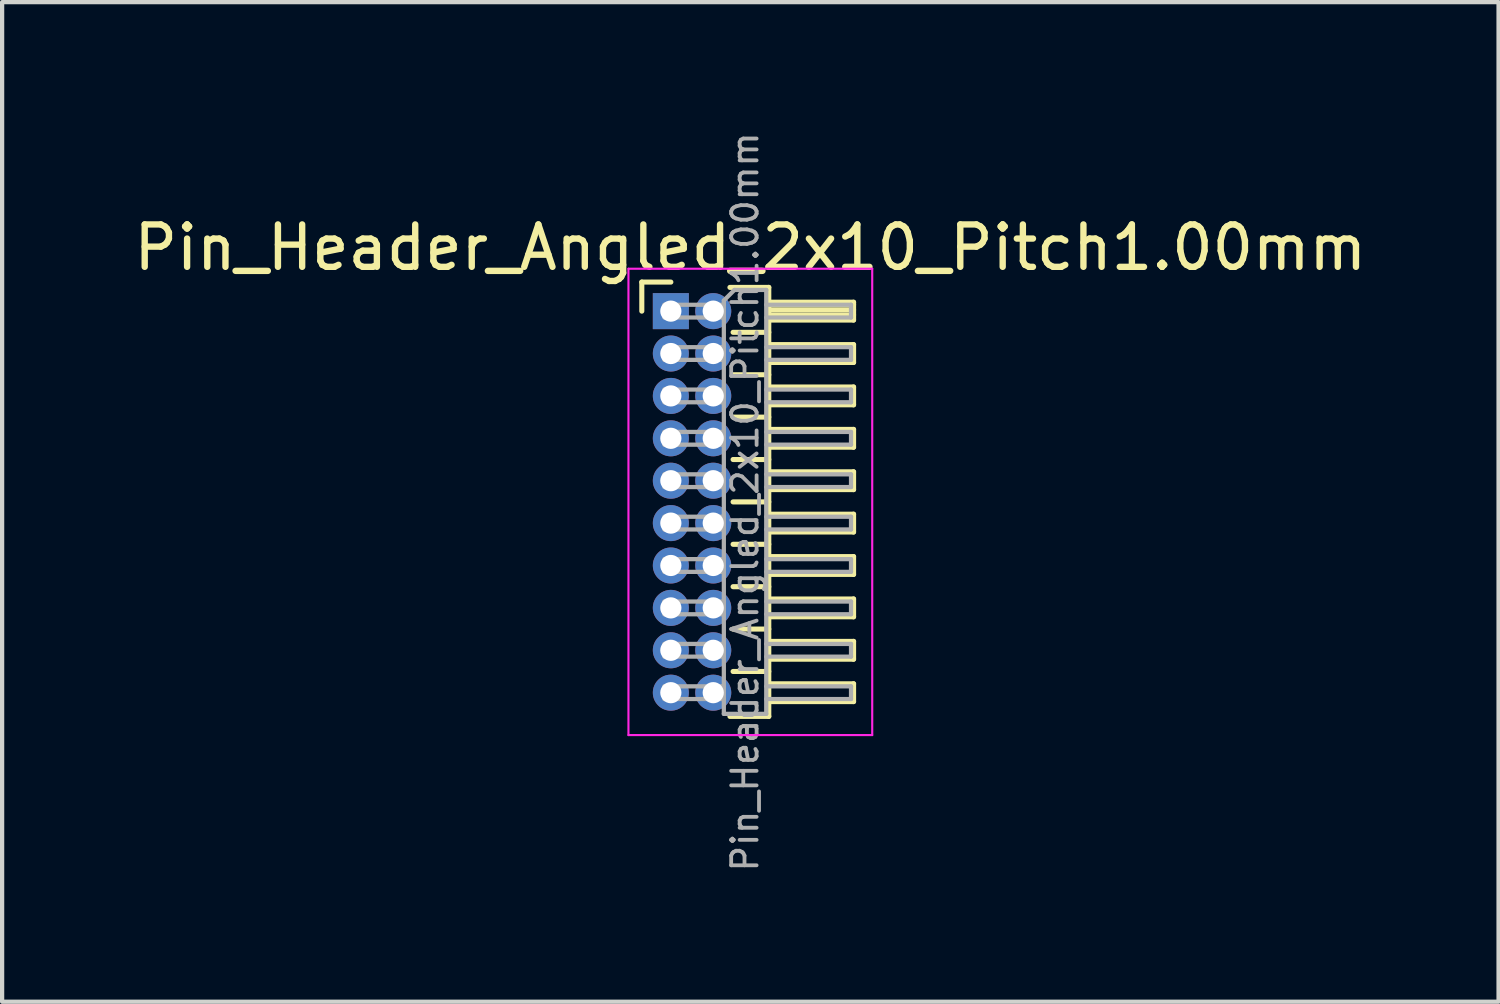
<source format=kicad_pcb>
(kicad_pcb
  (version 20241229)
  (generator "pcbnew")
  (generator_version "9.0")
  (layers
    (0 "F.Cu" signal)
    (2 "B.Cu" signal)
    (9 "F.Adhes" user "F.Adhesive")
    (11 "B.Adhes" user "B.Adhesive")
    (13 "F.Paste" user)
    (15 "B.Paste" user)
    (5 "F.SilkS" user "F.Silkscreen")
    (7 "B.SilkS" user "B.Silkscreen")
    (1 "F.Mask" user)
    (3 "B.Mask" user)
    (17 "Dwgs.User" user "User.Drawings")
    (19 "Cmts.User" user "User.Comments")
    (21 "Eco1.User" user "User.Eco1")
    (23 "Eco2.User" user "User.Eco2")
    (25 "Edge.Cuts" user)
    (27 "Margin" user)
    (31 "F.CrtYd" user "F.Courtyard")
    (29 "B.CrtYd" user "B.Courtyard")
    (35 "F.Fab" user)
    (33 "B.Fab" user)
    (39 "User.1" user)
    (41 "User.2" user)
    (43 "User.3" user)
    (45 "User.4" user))
  (footprint "Pin_Header_Angled_2x10_Pitch1.00mm"
    (layer "F.Cu")
    (at 12.774 4.289)
    (property "Reference" "Pin_Header_Angled_2x10_Pitch1.00mm" (at 1.875 -1.5 0) (layer "F.SilkS") (effects (font (size 1 1) (thickness 0.15))))
    (attr through_hole)
    (fp_line (start -0.685 -0.685) (end 0 -0.685) (stroke (width 0.12) (type solid)) (layer "F.SilkS"))
    (fp_line (start -0.685 0) (end -0.685 -0.685) (stroke (width 0.12) (type solid)) (layer "F.SilkS"))
    (fp_line (start 1.394 -0.56) (end 2.31 -0.56) (stroke (width 0.12) (type solid)) (layer "F.SilkS"))
    (fp_line (start 1.468 0.5) (end 2.31 0.5) (stroke (width 0.12) (type solid)) (layer "F.SilkS"))
    (fp_line (start 1.468 1.5) (end 2.31 1.5) (stroke (width 0.12) (type solid)) (layer "F.SilkS"))
    (fp_line (start 1.468 2.5) (end 2.31 2.5) (stroke (width 0.12) (type solid)) (layer "F.SilkS"))
    (fp_line (start 1.468 3.5) (end 2.31 3.5) (stroke (width 0.12) (type solid)) (layer "F.SilkS"))
    (fp_line (start 1.468 4.5) (end 2.31 4.5) (stroke (width 0.12) (type solid)) (layer "F.SilkS"))
    (fp_line (start 1.468 5.5) (end 2.31 5.5) (stroke (width 0.12) (type solid)) (layer "F.SilkS"))
    (fp_line (start 1.468 6.5) (end 2.31 6.5) (stroke (width 0.12) (type solid)) (layer "F.SilkS"))
    (fp_line (start 1.468 7.5) (end 2.31 7.5) (stroke (width 0.12) (type solid)) (layer "F.SilkS"))
    (fp_line (start 1.468 8.5) (end 2.31 8.5) (stroke (width 0.12) (type solid)) (layer "F.SilkS"))
    (fp_line (start 2.31 -0.56) (end 2.31 9.56) (stroke (width 0.12) (type solid)) (layer "F.SilkS"))
    (fp_line (start 2.31 -0.21) (end 4.31 -0.21) (stroke (width 0.12) (type solid)) (layer "F.SilkS"))
    (fp_line (start 2.31 -0.15) (end 4.31 -0.15) (stroke (width 0.12) (type solid)) (layer "F.SilkS"))
    (fp_line (start 2.31 -0.03) (end 4.31 -0.03) (stroke (width 0.12) (type solid)) (layer "F.SilkS"))
    (fp_line (start 2.31 0.09) (end 4.31 0.09) (stroke (width 0.12) (type solid)) (layer "F.SilkS"))
    (fp_line (start 2.31 0.79) (end 4.31 0.79) (stroke (width 0.12) (type solid)) (layer "F.SilkS"))
    (fp_line (start 2.31 1.79) (end 4.31 1.79) (stroke (width 0.12) (type solid)) (layer "F.SilkS"))
    (fp_line (start 2.31 2.79) (end 4.31 2.79) (stroke (width 0.12) (type solid)) (layer "F.SilkS"))
    (fp_line (start 2.31 3.79) (end 4.31 3.79) (stroke (width 0.12) (type solid)) (layer "F.SilkS"))
    (fp_line (start 2.31 4.79) (end 4.31 4.79) (stroke (width 0.12) (type solid)) (layer "F.SilkS"))
    (fp_line (start 2.31 5.79) (end 4.31 5.79) (stroke (width 0.12) (type solid)) (layer "F.SilkS"))
    (fp_line (start 2.31 6.79) (end 4.31 6.79) (stroke (width 0.12) (type solid)) (layer "F.SilkS"))
    (fp_line (start 2.31 7.79) (end 4.31 7.79) (stroke (width 0.12) (type solid)) (layer "F.SilkS"))
    (fp_line (start 2.31 8.79) (end 4.31 8.79) (stroke (width 0.12) (type solid)) (layer "F.SilkS"))
    (fp_line (start 2.31 9.56) (end 1.394 9.56) (stroke (width 0.12) (type solid)) (layer "F.SilkS"))
    (fp_line (start 4.31 -0.21) (end 4.31 0.21) (stroke (width 0.12) (type solid)) (layer "F.SilkS"))
    (fp_line (start 4.31 0.21) (end 2.31 0.21) (stroke (width 0.12) (type solid)) (layer "F.SilkS"))
    (fp_line (start 4.31 0.79) (end 4.31 1.21) (stroke (width 0.12) (type solid)) (layer "F.SilkS"))
    (fp_line (start 4.31 1.21) (end 2.31 1.21) (stroke (width 0.12) (type solid)) (layer "F.SilkS"))
    (fp_line (start 4.31 1.79) (end 4.31 2.21) (stroke (width 0.12) (type solid)) (layer "F.SilkS"))
    (fp_line (start 4.31 2.21) (end 2.31 2.21) (stroke (width 0.12) (type solid)) (layer "F.SilkS"))
    (fp_line (start 4.31 2.79) (end 4.31 3.21) (stroke (width 0.12) (type solid)) (layer "F.SilkS"))
    (fp_line (start 4.31 3.21) (end 2.31 3.21) (stroke (width 0.12) (type solid)) (layer "F.SilkS"))
    (fp_line (start 4.31 3.79) (end 4.31 4.21) (stroke (width 0.12) (type solid)) (layer "F.SilkS"))
    (fp_line (start 4.31 4.21) (end 2.31 4.21) (stroke (width 0.12) (type solid)) (layer "F.SilkS"))
    (fp_line (start 4.31 4.79) (end 4.31 5.21) (stroke (width 0.12) (type solid)) (layer "F.SilkS"))
    (fp_line (start 4.31 5.21) (end 2.31 5.21) (stroke (width 0.12) (type solid)) (layer "F.SilkS"))
    (fp_line (start 4.31 5.79) (end 4.31 6.21) (stroke (width 0.12) (type solid)) (layer "F.SilkS"))
    (fp_line (start 4.31 6.21) (end 2.31 6.21) (stroke (width 0.12) (type solid)) (layer "F.SilkS"))
    (fp_line (start 4.31 6.79) (end 4.31 7.21) (stroke (width 0.12) (type solid)) (layer "F.SilkS"))
    (fp_line (start 4.31 7.21) (end 2.31 7.21) (stroke (width 0.12) (type solid)) (layer "F.SilkS"))
    (fp_line (start 4.31 7.79) (end 4.31 8.21) (stroke (width 0.12) (type solid)) (layer "F.SilkS"))
    (fp_line (start 4.31 8.21) (end 2.31 8.21) (stroke (width 0.12) (type solid)) (layer "F.SilkS"))
    (fp_line (start 4.31 8.79) (end 4.31 9.21) (stroke (width 0.12) (type solid)) (layer "F.SilkS"))
    (fp_line (start 4.31 9.21) (end 2.31 9.21) (stroke (width 0.12) (type solid)) (layer "F.SilkS"))
    (fp_line (start -1 -1) (end -1 10) (stroke (width 0.05) (type solid)) (layer "F.CrtYd"))
    (fp_line (start -1 10) (end 4.75 10) (stroke (width 0.05) (type solid)) (layer "F.CrtYd"))
    (fp_line (start 4.75 -1) (end -1 -1) (stroke (width 0.05) (type solid)) (layer "F.CrtYd"))
    (fp_line (start 4.75 10) (end 4.75 -1) (stroke (width 0.05) (type solid)) (layer "F.CrtYd"))
    (fp_line (start -0.15 -0.15) (end -0.15 0.15) (stroke (width 0.1) (type solid)) (layer "F.Fab"))
    (fp_line (start -0.15 -0.15) (end 1.25 -0.15) (stroke (width 0.1) (type solid)) (layer "F.Fab"))
    (fp_line (start -0.15 0.15) (end 1.25 0.15) (stroke (width 0.1) (type solid)) (layer "F.Fab"))
    (fp_line (start -0.15 0.85) (end -0.15 1.15) (stroke (width 0.1) (type solid)) (layer "F.Fab"))
    (fp_line (start -0.15 0.85) (end 1.25 0.85) (stroke (width 0.1) (type solid)) (layer "F.Fab"))
    (fp_line (start -0.15 1.15) (end 1.25 1.15) (stroke (width 0.1) (type solid)) (layer "F.Fab"))
    (fp_line (start -0.15 1.85) (end -0.15 2.15) (stroke (width 0.1) (type solid)) (layer "F.Fab"))
    (fp_line (start -0.15 1.85) (end 1.25 1.85) (stroke (width 0.1) (type solid)) (layer "F.Fab"))
    (fp_line (start -0.15 2.15) (end 1.25 2.15) (stroke (width 0.1) (type solid)) (layer "F.Fab"))
    (fp_line (start -0.15 2.85) (end -0.15 3.15) (stroke (width 0.1) (type solid)) (layer "F.Fab"))
    (fp_line (start -0.15 2.85) (end 1.25 2.85) (stroke (width 0.1) (type solid)) (layer "F.Fab"))
    (fp_line (start -0.15 3.15) (end 1.25 3.15) (stroke (width 0.1) (type solid)) (layer "F.Fab"))
    (fp_line (start -0.15 3.85) (end -0.15 4.15) (stroke (width 0.1) (type solid)) (layer "F.Fab"))
    (fp_line (start -0.15 3.85) (end 1.25 3.85) (stroke (width 0.1) (type solid)) (layer "F.Fab"))
    (fp_line (start -0.15 4.15) (end 1.25 4.15) (stroke (width 0.1) (type solid)) (layer "F.Fab"))
    (fp_line (start -0.15 4.85) (end -0.15 5.15) (stroke (width 0.1) (type solid)) (layer "F.Fab"))
    (fp_line (start -0.15 4.85) (end 1.25 4.85) (stroke (width 0.1) (type solid)) (layer "F.Fab"))
    (fp_line (start -0.15 5.15) (end 1.25 5.15) (stroke (width 0.1) (type solid)) (layer "F.Fab"))
    (fp_line (start -0.15 5.85) (end -0.15 6.15) (stroke (width 0.1) (type solid)) (layer "F.Fab"))
    (fp_line (start -0.15 5.85) (end 1.25 5.85) (stroke (width 0.1) (type solid)) (layer "F.Fab"))
    (fp_line (start -0.15 6.15) (end 1.25 6.15) (stroke (width 0.1) (type solid)) (layer "F.Fab"))
    (fp_line (start -0.15 6.85) (end -0.15 7.15) (stroke (width 0.1) (type solid)) (layer "F.Fab"))
    (fp_line (start -0.15 6.85) (end 1.25 6.85) (stroke (width 0.1) (type solid)) (layer "F.Fab"))
    (fp_line (start -0.15 7.15) (end 1.25 7.15) (stroke (width 0.1) (type solid)) (layer "F.Fab"))
    (fp_line (start -0.15 7.85) (end -0.15 8.15) (stroke (width 0.1) (type solid)) (layer "F.Fab"))
    (fp_line (start -0.15 7.85) (end 1.25 7.85) (stroke (width 0.1) (type solid)) (layer "F.Fab"))
    (fp_line (start -0.15 8.15) (end 1.25 8.15) (stroke (width 0.1) (type solid)) (layer "F.Fab"))
    (fp_line (start -0.15 8.85) (end -0.15 9.15) (stroke (width 0.1) (type solid)) (layer "F.Fab"))
    (fp_line (start -0.15 8.85) (end 1.25 8.85) (stroke (width 0.1) (type solid)) (layer "F.Fab"))
    (fp_line (start -0.15 9.15) (end 1.25 9.15) (stroke (width 0.1) (type solid)) (layer "F.Fab"))
    (fp_line (start 1.25 -0.25) (end 1.5 -0.5) (stroke (width 0.1) (type solid)) (layer "F.Fab"))
    (fp_line (start 1.25 9.5) (end 1.25 -0.25) (stroke (width 0.1) (type solid)) (layer "F.Fab"))
    (fp_line (start 1.5 -0.5) (end 2.25 -0.5) (stroke (width 0.1) (type solid)) (layer "F.Fab"))
    (fp_line (start 2.25 -0.5) (end 2.25 9.5) (stroke (width 0.1) (type solid)) (layer "F.Fab"))
    (fp_line (start 2.25 -0.15) (end 4.25 -0.15) (stroke (width 0.1) (type solid)) (layer "F.Fab"))
    (fp_line (start 2.25 0.15) (end 4.25 0.15) (stroke (width 0.1) (type solid)) (layer "F.Fab"))
    (fp_line (start 2.25 0.85) (end 4.25 0.85) (stroke (width 0.1) (type solid)) (layer "F.Fab"))
    (fp_line (start 2.25 1.15) (end 4.25 1.15) (stroke (width 0.1) (type solid)) (layer "F.Fab"))
    (fp_line (start 2.25 1.85) (end 4.25 1.85) (stroke (width 0.1) (type solid)) (layer "F.Fab"))
    (fp_line (start 2.25 2.15) (end 4.25 2.15) (stroke (width 0.1) (type solid)) (layer "F.Fab"))
    (fp_line (start 2.25 2.85) (end 4.25 2.85) (stroke (width 0.1) (type solid)) (layer "F.Fab"))
    (fp_line (start 2.25 3.15) (end 4.25 3.15) (stroke (width 0.1) (type solid)) (layer "F.Fab"))
    (fp_line (start 2.25 3.85) (end 4.25 3.85) (stroke (width 0.1) (type solid)) (layer "F.Fab"))
    (fp_line (start 2.25 4.15) (end 4.25 4.15) (stroke (width 0.1) (type solid)) (layer "F.Fab"))
    (fp_line (start 2.25 4.85) (end 4.25 4.85) (stroke (width 0.1) (type solid)) (layer "F.Fab"))
    (fp_line (start 2.25 5.15) (end 4.25 5.15) (stroke (width 0.1) (type solid)) (layer "F.Fab"))
    (fp_line (start 2.25 5.85) (end 4.25 5.85) (stroke (width 0.1) (type solid)) (layer "F.Fab"))
    (fp_line (start 2.25 6.15) (end 4.25 6.15) (stroke (width 0.1) (type solid)) (layer "F.Fab"))
    (fp_line (start 2.25 6.85) (end 4.25 6.85) (stroke (width 0.1) (type solid)) (layer "F.Fab"))
    (fp_line (start 2.25 7.15) (end 4.25 7.15) (stroke (width 0.1) (type solid)) (layer "F.Fab"))
    (fp_line (start 2.25 7.85) (end 4.25 7.85) (stroke (width 0.1) (type solid)) (layer "F.Fab"))
    (fp_line (start 2.25 8.15) (end 4.25 8.15) (stroke (width 0.1) (type solid)) (layer "F.Fab"))
    (fp_line (start 2.25 8.85) (end 4.25 8.85) (stroke (width 0.1) (type solid)) (layer "F.Fab"))
    (fp_line (start 2.25 9.15) (end 4.25 9.15) (stroke (width 0.1) (type solid)) (layer "F.Fab"))
    (fp_line (start 2.25 9.5) (end 1.25 9.5) (stroke (width 0.1) (type solid)) (layer "F.Fab"))
    (fp_line (start 4.25 -0.15) (end 4.25 0.15) (stroke (width 0.1) (type solid)) (layer "F.Fab"))
    (fp_line (start 4.25 0.85) (end 4.25 1.15) (stroke (width 0.1) (type solid)) (layer "F.Fab"))
    (fp_line (start 4.25 1.85) (end 4.25 2.15) (stroke (width 0.1) (type solid)) (layer "F.Fab"))
    (fp_line (start 4.25 2.85) (end 4.25 3.15) (stroke (width 0.1) (type solid)) (layer "F.Fab"))
    (fp_line (start 4.25 3.85) (end 4.25 4.15) (stroke (width 0.1) (type solid)) (layer "F.Fab"))
    (fp_line (start 4.25 4.85) (end 4.25 5.15) (stroke (width 0.1) (type solid)) (layer "F.Fab"))
    (fp_line (start 4.25 5.85) (end 4.25 6.15) (stroke (width 0.1) (type solid)) (layer "F.Fab"))
    (fp_line (start 4.25 6.85) (end 4.25 7.15) (stroke (width 0.1) (type solid)) (layer "F.Fab"))
    (fp_line (start 4.25 7.85) (end 4.25 8.15) (stroke (width 0.1) (type solid)) (layer "F.Fab"))
    (fp_line (start 4.25 8.85) (end 4.25 9.15) (stroke (width 0.1) (type solid)) (layer "F.Fab"))
    (fp_text user "${REFERENCE}" (at 1.75 4.5 90) (layer "F.Fab") (effects (font (size 0.6 0.6) (thickness 0.09))))
    (pad "1" thru_hole rect (at 0 0) (size 0.85 0.85) (drill 0.5) (layers "*.Cu" "*.Mask"))
    (pad "2" thru_hole oval (at 1 0) (size 0.85 0.85) (drill 0.5) (layers "*.Cu" "*.Mask"))
    (pad "3" thru_hole oval (at 0 1) (size 0.85 0.85) (drill 0.5) (layers "*.Cu" "*.Mask"))
    (pad "4" thru_hole oval (at 1 1) (size 0.85 0.85) (drill 0.5) (layers "*.Cu" "*.Mask"))
    (pad "5" thru_hole oval (at 0 2) (size 0.85 0.85) (drill 0.5) (layers "*.Cu" "*.Mask"))
    (pad "6" thru_hole oval (at 1 2) (size 0.85 0.85) (drill 0.5) (layers "*.Cu" "*.Mask"))
    (pad "7" thru_hole oval (at 0 3) (size 0.85 0.85) (drill 0.5) (layers "*.Cu" "*.Mask"))
    (pad "8" thru_hole oval (at 1 3) (size 0.85 0.85) (drill 0.5) (layers "*.Cu" "*.Mask"))
    (pad "9" thru_hole oval (at 0 4) (size 0.85 0.85) (drill 0.5) (layers "*.Cu" "*.Mask"))
    (pad "10" thru_hole oval (at 1 4) (size 0.85 0.85) (drill 0.5) (layers "*.Cu" "*.Mask"))
    (pad "11" thru_hole oval (at 0 5) (size 0.85 0.85) (drill 0.5) (layers "*.Cu" "*.Mask"))
    (pad "12" thru_hole oval (at 1 5) (size 0.85 0.85) (drill 0.5) (layers "*.Cu" "*.Mask"))
    (pad "13" thru_hole oval (at 0 6) (size 0.85 0.85) (drill 0.5) (layers "*.Cu" "*.Mask"))
    (pad "14" thru_hole oval (at 1 6) (size 0.85 0.85) (drill 0.5) (layers "*.Cu" "*.Mask"))
    (pad "15" thru_hole oval (at 0 7) (size 0.85 0.85) (drill 0.5) (layers "*.Cu" "*.Mask"))
    (pad "16" thru_hole oval (at 1 7) (size 0.85 0.85) (drill 0.5) (layers "*.Cu" "*.Mask"))
    (pad "17" thru_hole oval (at 0 8) (size 0.85 0.85) (drill 0.5) (layers "*.Cu" "*.Mask"))
    (pad "18" thru_hole oval (at 1 8) (size 0.85 0.85) (drill 0.5) (layers "*.Cu" "*.Mask"))
    (pad "19" thru_hole oval (at 0 9) (size 0.85 0.85) (drill 0.5) (layers "*.Cu" "*.Mask"))
    (pad "20" thru_hole oval (at 1 9) (size 0.85 0.85) (drill 0.5) (layers "*.Cu" "*.Mask")))
  (gr_rect
    (start -3 -3)
    (end 32.298 20.579)
    (stroke (width 0.1) (type default))
    (fill no)
    (layer "Edge.Cuts")))
</source>
